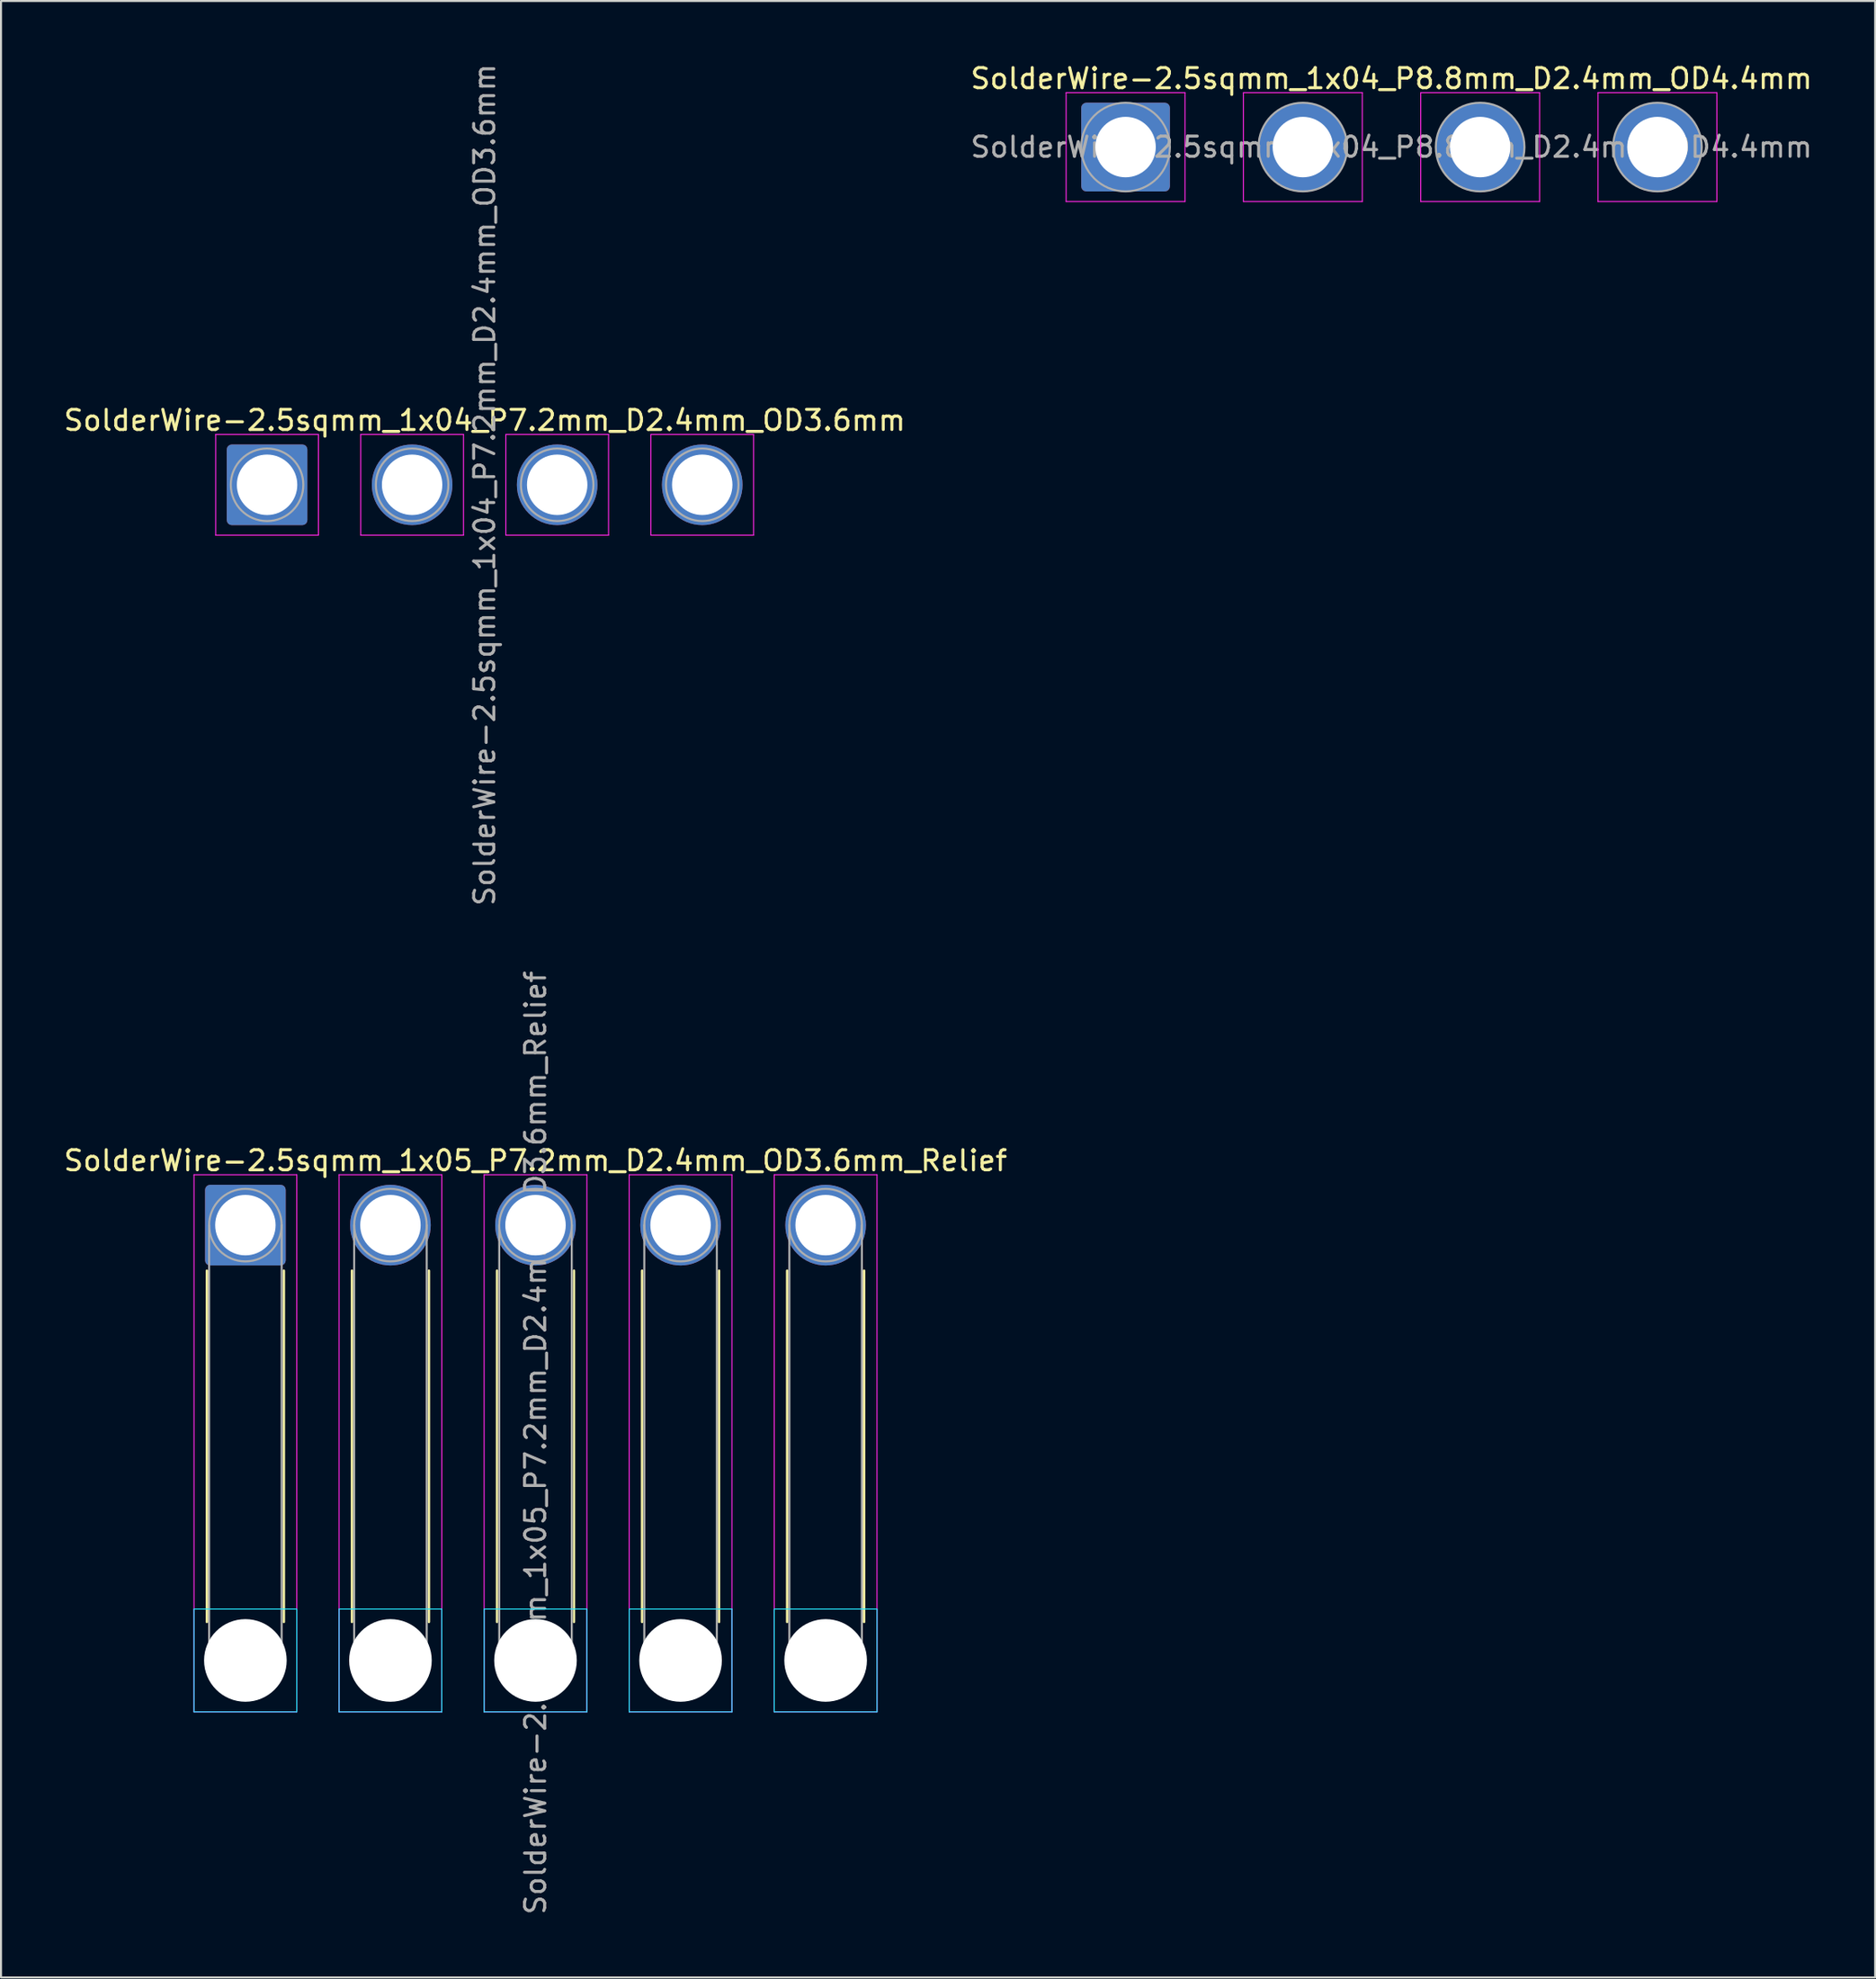
<source format=kicad_pcb>
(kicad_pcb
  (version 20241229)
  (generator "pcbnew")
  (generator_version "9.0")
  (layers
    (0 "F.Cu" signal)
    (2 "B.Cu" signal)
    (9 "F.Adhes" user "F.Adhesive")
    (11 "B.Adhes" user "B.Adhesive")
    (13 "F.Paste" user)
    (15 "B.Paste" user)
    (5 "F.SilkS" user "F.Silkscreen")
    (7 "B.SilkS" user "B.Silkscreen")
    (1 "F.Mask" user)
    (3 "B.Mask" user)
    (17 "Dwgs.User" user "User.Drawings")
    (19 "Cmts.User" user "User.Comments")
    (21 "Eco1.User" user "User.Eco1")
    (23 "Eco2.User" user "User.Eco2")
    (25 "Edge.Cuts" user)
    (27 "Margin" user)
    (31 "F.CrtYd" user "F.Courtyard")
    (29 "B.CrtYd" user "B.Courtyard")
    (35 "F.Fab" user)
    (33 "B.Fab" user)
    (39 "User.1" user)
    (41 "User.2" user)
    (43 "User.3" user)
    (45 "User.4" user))
  (footprint "SolderWire-2.5sqmm_1x04_P8.8mm_D2.4mm_OD4.4mm"
    (layer "F.Cu")
    (at 52.818 4.248)
    (property "Reference" "SolderWire-2.5sqmm_1x04_P8.8mm_D2.4mm_OD4.4mm" (at 13.2 -3.4 0) (layer "F.SilkS") (effects (font (size 1 1) (thickness 0.15))))
    (attr exclude_from_pos_files exclude_from_bom)
    (fp_line (start -2.95 -2.7) (end -2.95 2.7) (stroke (width 0.05) (type solid)) (layer "F.CrtYd"))
    (fp_line (start -2.95 2.7) (end 2.95 2.7) (stroke (width 0.05) (type solid)) (layer "F.CrtYd"))
    (fp_line (start 2.95 -2.7) (end -2.95 -2.7) (stroke (width 0.05) (type solid)) (layer "F.CrtYd"))
    (fp_line (start 2.95 2.7) (end 2.95 -2.7) (stroke (width 0.05) (type solid)) (layer "F.CrtYd"))
    (fp_line (start 5.85 -2.7) (end 5.85 2.7) (stroke (width 0.05) (type solid)) (layer "F.CrtYd"))
    (fp_line (start 5.85 2.7) (end 11.75 2.7) (stroke (width 0.05) (type solid)) (layer "F.CrtYd"))
    (fp_line (start 11.75 -2.7) (end 5.85 -2.7) (stroke (width 0.05) (type solid)) (layer "F.CrtYd"))
    (fp_line (start 11.75 2.7) (end 11.75 -2.7) (stroke (width 0.05) (type solid)) (layer "F.CrtYd"))
    (fp_line (start 14.65 -2.7) (end 14.65 2.7) (stroke (width 0.05) (type solid)) (layer "F.CrtYd"))
    (fp_line (start 14.65 2.7) (end 20.55 2.7) (stroke (width 0.05) (type solid)) (layer "F.CrtYd"))
    (fp_line (start 20.55 -2.7) (end 14.65 -2.7) (stroke (width 0.05) (type solid)) (layer "F.CrtYd"))
    (fp_line (start 20.55 2.7) (end 20.55 -2.7) (stroke (width 0.05) (type solid)) (layer "F.CrtYd"))
    (fp_line (start 23.45 -2.7) (end 23.45 2.7) (stroke (width 0.05) (type solid)) (layer "F.CrtYd"))
    (fp_line (start 23.45 2.7) (end 29.35 2.7) (stroke (width 0.05) (type solid)) (layer "F.CrtYd"))
    (fp_line (start 29.35 -2.7) (end 23.45 -2.7) (stroke (width 0.05) (type solid)) (layer "F.CrtYd"))
    (fp_line (start 29.35 2.7) (end 29.35 -2.7) (stroke (width 0.05) (type solid)) (layer "F.CrtYd"))
    (fp_circle (center 0 0) (end 2.2 0) (stroke (width 0.1) (type solid)) (fill no) (layer "F.Fab"))
    (fp_circle (center 8.8 0) (end 11 0) (stroke (width 0.1) (type solid)) (fill no) (layer "F.Fab"))
    (fp_circle (center 17.6 0) (end 19.8 0) (stroke (width 0.1) (type solid)) (fill no) (layer "F.Fab"))
    (fp_circle (center 26.4 0) (end 28.6 0) (stroke (width 0.1) (type solid)) (fill no) (layer "F.Fab"))
    (fp_text user "${REFERENCE}" (at 13.2 0 0) (layer "F.Fab") (effects (font (size 1 1) (thickness 0.15))))
    (pad "1" thru_hole roundrect (at 0 0) (size 4.4 4.4) (drill 3) (layers "*.Cu" "*.Mask") (roundrect_rratio 0.057))
    (pad "2" thru_hole circle (at 8.8 0) (size 4.4 4.4) (drill 3) (layers "*.Cu" "*.Mask"))
    (pad "3" thru_hole circle (at 17.6 0) (size 4.4 4.4) (drill 3) (layers "*.Cu" "*.Mask"))
    (pad "4" thru_hole circle (at 26.4 0) (size 4.4 4.4) (drill 3) (layers "*.Cu" "*.Mask")))
  (footprint "SolderWire-2.5sqmm_1x05_P7.2mm_D2.4mm_OD3.6mm_Relief"
    (layer "F.Cu")
    (at 9.13 57.742)
    (property "Reference" "SolderWire-2.5sqmm_1x05_P7.2mm_D2.4mm_OD3.6mm_Relief" (at 14.4 -3.2 0) (layer "F.SilkS") (effects (font (size 1 1) (thickness 0.15))))
    (attr exclude_from_pos_files exclude_from_bom)
    (fp_line (start -1.91 2.26) (end -1.91 19.69) (stroke (width 0.12) (type solid)) (layer "F.SilkS"))
    (fp_line (start 1.91 2.26) (end 1.91 19.69) (stroke (width 0.12) (type solid)) (layer "F.SilkS"))
    (fp_line (start 5.29 2.26) (end 5.29 19.69) (stroke (width 0.12) (type solid)) (layer "F.SilkS"))
    (fp_line (start 9.11 2.26) (end 9.11 19.69) (stroke (width 0.12) (type solid)) (layer "F.SilkS"))
    (fp_line (start 12.49 2.26) (end 12.49 19.69) (stroke (width 0.12) (type solid)) (layer "F.SilkS"))
    (fp_line (start 16.31 2.26) (end 16.31 19.69) (stroke (width 0.12) (type solid)) (layer "F.SilkS"))
    (fp_line (start 19.69 2.26) (end 19.69 19.69) (stroke (width 0.12) (type solid)) (layer "F.SilkS"))
    (fp_line (start 23.51 2.26) (end 23.51 19.69) (stroke (width 0.12) (type solid)) (layer "F.SilkS"))
    (fp_line (start 26.89 2.26) (end 26.89 19.69) (stroke (width 0.12) (type solid)) (layer "F.SilkS"))
    (fp_line (start 30.71 2.26) (end 30.71 19.69) (stroke (width 0.12) (type solid)) (layer "F.SilkS"))
    (fp_line (start -2.55 19.05) (end -2.55 24.15) (stroke (width 0.05) (type solid)) (layer "B.CrtYd"))
    (fp_line (start -2.55 24.15) (end 2.55 24.15) (stroke (width 0.05) (type solid)) (layer "B.CrtYd"))
    (fp_line (start 2.55 19.05) (end -2.55 19.05) (stroke (width 0.05) (type solid)) (layer "B.CrtYd"))
    (fp_line (start 2.55 24.15) (end 2.55 19.05) (stroke (width 0.05) (type solid)) (layer "B.CrtYd"))
    (fp_line (start 4.65 19.05) (end 4.65 24.15) (stroke (width 0.05) (type solid)) (layer "B.CrtYd"))
    (fp_line (start 4.65 24.15) (end 9.75 24.15) (stroke (width 0.05) (type solid)) (layer "B.CrtYd"))
    (fp_line (start 9.75 19.05) (end 4.65 19.05) (stroke (width 0.05) (type solid)) (layer "B.CrtYd"))
    (fp_line (start 9.75 24.15) (end 9.75 19.05) (stroke (width 0.05) (type solid)) (layer "B.CrtYd"))
    (fp_line (start 11.85 19.05) (end 11.85 24.15) (stroke (width 0.05) (type solid)) (layer "B.CrtYd"))
    (fp_line (start 11.85 24.15) (end 16.95 24.15) (stroke (width 0.05) (type solid)) (layer "B.CrtYd"))
    (fp_line (start 16.95 19.05) (end 11.85 19.05) (stroke (width 0.05) (type solid)) (layer "B.CrtYd"))
    (fp_line (start 16.95 24.15) (end 16.95 19.05) (stroke (width 0.05) (type solid)) (layer "B.CrtYd"))
    (fp_line (start 19.05 19.05) (end 19.05 24.15) (stroke (width 0.05) (type solid)) (layer "B.CrtYd"))
    (fp_line (start 19.05 24.15) (end 24.15 24.15) (stroke (width 0.05) (type solid)) (layer "B.CrtYd"))
    (fp_line (start 24.15 19.05) (end 19.05 19.05) (stroke (width 0.05) (type solid)) (layer "B.CrtYd"))
    (fp_line (start 24.15 24.15) (end 24.15 19.05) (stroke (width 0.05) (type solid)) (layer "B.CrtYd"))
    (fp_line (start 26.25 19.05) (end 26.25 24.15) (stroke (width 0.05) (type solid)) (layer "B.CrtYd"))
    (fp_line (start 26.25 24.15) (end 31.35 24.15) (stroke (width 0.05) (type solid)) (layer "B.CrtYd"))
    (fp_line (start 31.35 19.05) (end 26.25 19.05) (stroke (width 0.05) (type solid)) (layer "B.CrtYd"))
    (fp_line (start 31.35 24.15) (end 31.35 19.05) (stroke (width 0.05) (type solid)) (layer "B.CrtYd"))
    (fp_line (start -2.55 -2.5) (end -2.55 24.15) (stroke (width 0.05) (type solid)) (layer "F.CrtYd"))
    (fp_line (start -2.55 24.15) (end 2.55 24.15) (stroke (width 0.05) (type solid)) (layer "F.CrtYd"))
    (fp_line (start 2.55 -2.5) (end -2.55 -2.5) (stroke (width 0.05) (type solid)) (layer "F.CrtYd"))
    (fp_line (start 2.55 24.15) (end 2.55 -2.5) (stroke (width 0.05) (type solid)) (layer "F.CrtYd"))
    (fp_line (start 4.65 -2.5) (end 4.65 24.15) (stroke (width 0.05) (type solid)) (layer "F.CrtYd"))
    (fp_line (start 4.65 24.15) (end 9.75 24.15) (stroke (width 0.05) (type solid)) (layer "F.CrtYd"))
    (fp_line (start 9.75 -2.5) (end 4.65 -2.5) (stroke (width 0.05) (type solid)) (layer "F.CrtYd"))
    (fp_line (start 9.75 24.15) (end 9.75 -2.5) (stroke (width 0.05) (type solid)) (layer "F.CrtYd"))
    (fp_line (start 11.85 -2.5) (end 11.85 24.15) (stroke (width 0.05) (type solid)) (layer "F.CrtYd"))
    (fp_line (start 11.85 24.15) (end 16.95 24.15) (stroke (width 0.05) (type solid)) (layer "F.CrtYd"))
    (fp_line (start 16.95 -2.5) (end 11.85 -2.5) (stroke (width 0.05) (type solid)) (layer "F.CrtYd"))
    (fp_line (start 16.95 24.15) (end 16.95 -2.5) (stroke (width 0.05) (type solid)) (layer "F.CrtYd"))
    (fp_line (start 19.05 -2.5) (end 19.05 24.15) (stroke (width 0.05) (type solid)) (layer "F.CrtYd"))
    (fp_line (start 19.05 24.15) (end 24.15 24.15) (stroke (width 0.05) (type solid)) (layer "F.CrtYd"))
    (fp_line (start 24.15 -2.5) (end 19.05 -2.5) (stroke (width 0.05) (type solid)) (layer "F.CrtYd"))
    (fp_line (start 24.15 24.15) (end 24.15 -2.5) (stroke (width 0.05) (type solid)) (layer "F.CrtYd"))
    (fp_line (start 26.25 -2.5) (end 26.25 24.15) (stroke (width 0.05) (type solid)) (layer "F.CrtYd"))
    (fp_line (start 26.25 24.15) (end 31.35 24.15) (stroke (width 0.05) (type solid)) (layer "F.CrtYd"))
    (fp_line (start 31.35 -2.5) (end 26.25 -2.5) (stroke (width 0.05) (type solid)) (layer "F.CrtYd"))
    (fp_line (start 31.35 24.15) (end 31.35 -2.5) (stroke (width 0.05) (type solid)) (layer "F.CrtYd"))
    (fp_line (start -1.8 0) (end -1.8 21.6) (stroke (width 0.1) (type solid)) (layer "F.Fab"))
    (fp_line (start 1.8 0) (end 1.8 21.6) (stroke (width 0.1) (type solid)) (layer "F.Fab"))
    (fp_line (start 5.4 0) (end 5.4 21.6) (stroke (width 0.1) (type solid)) (layer "F.Fab"))
    (fp_line (start 9 0) (end 9 21.6) (stroke (width 0.1) (type solid)) (layer "F.Fab"))
    (fp_line (start 12.6 0) (end 12.6 21.6) (stroke (width 0.1) (type solid)) (layer "F.Fab"))
    (fp_line (start 16.2 0) (end 16.2 21.6) (stroke (width 0.1) (type solid)) (layer "F.Fab"))
    (fp_line (start 19.8 0) (end 19.8 21.6) (stroke (width 0.1) (type solid)) (layer "F.Fab"))
    (fp_line (start 23.4 0) (end 23.4 21.6) (stroke (width 0.1) (type solid)) (layer "F.Fab"))
    (fp_line (start 27 0) (end 27 21.6) (stroke (width 0.1) (type solid)) (layer "F.Fab"))
    (fp_line (start 30.6 0) (end 30.6 21.6) (stroke (width 0.1) (type solid)) (layer "F.Fab"))
    (fp_circle (center 0 0) (end 1.8 0) (stroke (width 0.1) (type solid)) (fill no) (layer "F.Fab"))
    (fp_circle (center 0 21.6) (end 1.8 21.6) (stroke (width 0.1) (type solid)) (fill no) (layer "F.Fab"))
    (fp_circle (center 7.2 0) (end 9 0) (stroke (width 0.1) (type solid)) (fill no) (layer "F.Fab"))
    (fp_circle (center 7.2 21.6) (end 9 21.6) (stroke (width 0.1) (type solid)) (fill no) (layer "F.Fab"))
    (fp_circle (center 14.4 0) (end 16.2 0) (stroke (width 0.1) (type solid)) (fill no) (layer "F.Fab"))
    (fp_circle (center 14.4 21.6) (end 16.2 21.6) (stroke (width 0.1) (type solid)) (fill no) (layer "F.Fab"))
    (fp_circle (center 21.6 0) (end 23.4 0) (stroke (width 0.1) (type solid)) (fill no) (layer "F.Fab"))
    (fp_circle (center 21.6 21.6) (end 23.4 21.6) (stroke (width 0.1) (type solid)) (fill no) (layer "F.Fab"))
    (fp_circle (center 28.8 0) (end 30.6 0) (stroke (width 0.1) (type solid)) (fill no) (layer "F.Fab"))
    (fp_circle (center 28.8 21.6) (end 30.6 21.6) (stroke (width 0.1) (type solid)) (fill no) (layer "F.Fab"))
    (fp_text user "${REFERENCE}" (at 14.4 10.8 90) (layer "F.Fab") (effects (font (size 1 1) (thickness 0.15))))
    (pad "" np_thru_hole circle (at 0 21.6) (size 4.1 4.1) (drill 4.1) (layers "*.Cu" "*.Mask"))
    (pad "" np_thru_hole circle (at 7.2 21.6) (size 4.1 4.1) (drill 4.1) (layers "*.Cu" "*.Mask"))
    (pad "" np_thru_hole circle (at 14.4 21.6) (size 4.1 4.1) (drill 4.1) (layers "*.Cu" "*.Mask"))
    (pad "" np_thru_hole circle (at 21.6 21.6) (size 4.1 4.1) (drill 4.1) (layers "*.Cu" "*.Mask"))
    (pad "" np_thru_hole circle (at 28.8 21.6) (size 4.1 4.1) (drill 4.1) (layers "*.Cu" "*.Mask"))
    (pad "1" thru_hole roundrect (at 0 0) (size 4 4) (drill 3) (layers "*.Cu" "*.Mask") (roundrect_rratio 0.062))
    (pad "2" thru_hole circle (at 7.2 0) (size 4 4) (drill 3) (layers "*.Cu" "*.Mask"))
    (pad "3" thru_hole circle (at 14.4 0) (size 4 4) (drill 3) (layers "*.Cu" "*.Mask"))
    (pad "4" thru_hole circle (at 21.6 0) (size 4 4) (drill 3) (layers "*.Cu" "*.Mask"))
    (pad "5" thru_hole circle (at 28.8 0) (size 4 4) (drill 3) (layers "*.Cu" "*.Mask")))
  (footprint "SolderWire-2.5sqmm_1x04_P7.2mm_D2.4mm_OD3.6mm"
    (layer "F.Cu")
    (at 10.206 21.006)
    (property "Reference" "SolderWire-2.5sqmm_1x04_P7.2mm_D2.4mm_OD3.6mm" (at 10.8 -3.2 0) (layer "F.SilkS") (effects (font (size 1 1) (thickness 0.15))))
    (attr exclude_from_pos_files exclude_from_bom)
    (fp_line (start -2.55 -2.5) (end -2.55 2.5) (stroke (width 0.05) (type solid)) (layer "F.CrtYd"))
    (fp_line (start -2.55 2.5) (end 2.55 2.5) (stroke (width 0.05) (type solid)) (layer "F.CrtYd"))
    (fp_line (start 2.55 -2.5) (end -2.55 -2.5) (stroke (width 0.05) (type solid)) (layer "F.CrtYd"))
    (fp_line (start 2.55 2.5) (end 2.55 -2.5) (stroke (width 0.05) (type solid)) (layer "F.CrtYd"))
    (fp_line (start 4.65 -2.5) (end 4.65 2.5) (stroke (width 0.05) (type solid)) (layer "F.CrtYd"))
    (fp_line (start 4.65 2.5) (end 9.75 2.5) (stroke (width 0.05) (type solid)) (layer "F.CrtYd"))
    (fp_line (start 9.75 -2.5) (end 4.65 -2.5) (stroke (width 0.05) (type solid)) (layer "F.CrtYd"))
    (fp_line (start 9.75 2.5) (end 9.75 -2.5) (stroke (width 0.05) (type solid)) (layer "F.CrtYd"))
    (fp_line (start 11.85 -2.5) (end 11.85 2.5) (stroke (width 0.05) (type solid)) (layer "F.CrtYd"))
    (fp_line (start 11.85 2.5) (end 16.95 2.5) (stroke (width 0.05) (type solid)) (layer "F.CrtYd"))
    (fp_line (start 16.95 -2.5) (end 11.85 -2.5) (stroke (width 0.05) (type solid)) (layer "F.CrtYd"))
    (fp_line (start 16.95 2.5) (end 16.95 -2.5) (stroke (width 0.05) (type solid)) (layer "F.CrtYd"))
    (fp_line (start 19.05 -2.5) (end 19.05 2.5) (stroke (width 0.05) (type solid)) (layer "F.CrtYd"))
    (fp_line (start 19.05 2.5) (end 24.15 2.5) (stroke (width 0.05) (type solid)) (layer "F.CrtYd"))
    (fp_line (start 24.15 -2.5) (end 19.05 -2.5) (stroke (width 0.05) (type solid)) (layer "F.CrtYd"))
    (fp_line (start 24.15 2.5) (end 24.15 -2.5) (stroke (width 0.05) (type solid)) (layer "F.CrtYd"))
    (fp_circle (center 0 0) (end 1.8 0) (stroke (width 0.1) (type solid)) (fill no) (layer "F.Fab"))
    (fp_circle (center 7.2 0) (end 9 0) (stroke (width 0.1) (type solid)) (fill no) (layer "F.Fab"))
    (fp_circle (center 14.4 0) (end 16.2 0) (stroke (width 0.1) (type solid)) (fill no) (layer "F.Fab"))
    (fp_circle (center 21.6 0) (end 23.4 0) (stroke (width 0.1) (type solid)) (fill no) (layer "F.Fab"))
    (fp_text user "${REFERENCE}" (at 10.8 0 90) (layer "F.Fab") (effects (font (size 1 1) (thickness 0.15))))
    (pad "1" thru_hole roundrect (at 0 0) (size 4 4) (drill 3) (layers "*.Cu" "*.Mask") (roundrect_rratio 0.062))
    (pad "2" thru_hole circle (at 7.2 0) (size 4 4) (drill 3) (layers "*.Cu" "*.Mask"))
    (pad "3" thru_hole circle (at 14.4 0) (size 4 4) (drill 3) (layers "*.Cu" "*.Mask"))
    (pad "4" thru_hole circle (at 21.6 0) (size 4 4) (drill 3) (layers "*.Cu" "*.Mask")))
  (gr_rect
    (start -3 -3)
    (end 90.024 95.071)
    (stroke (width 0.1) (type default))
    (fill no)
    (layer "Edge.Cuts")))
</source>
